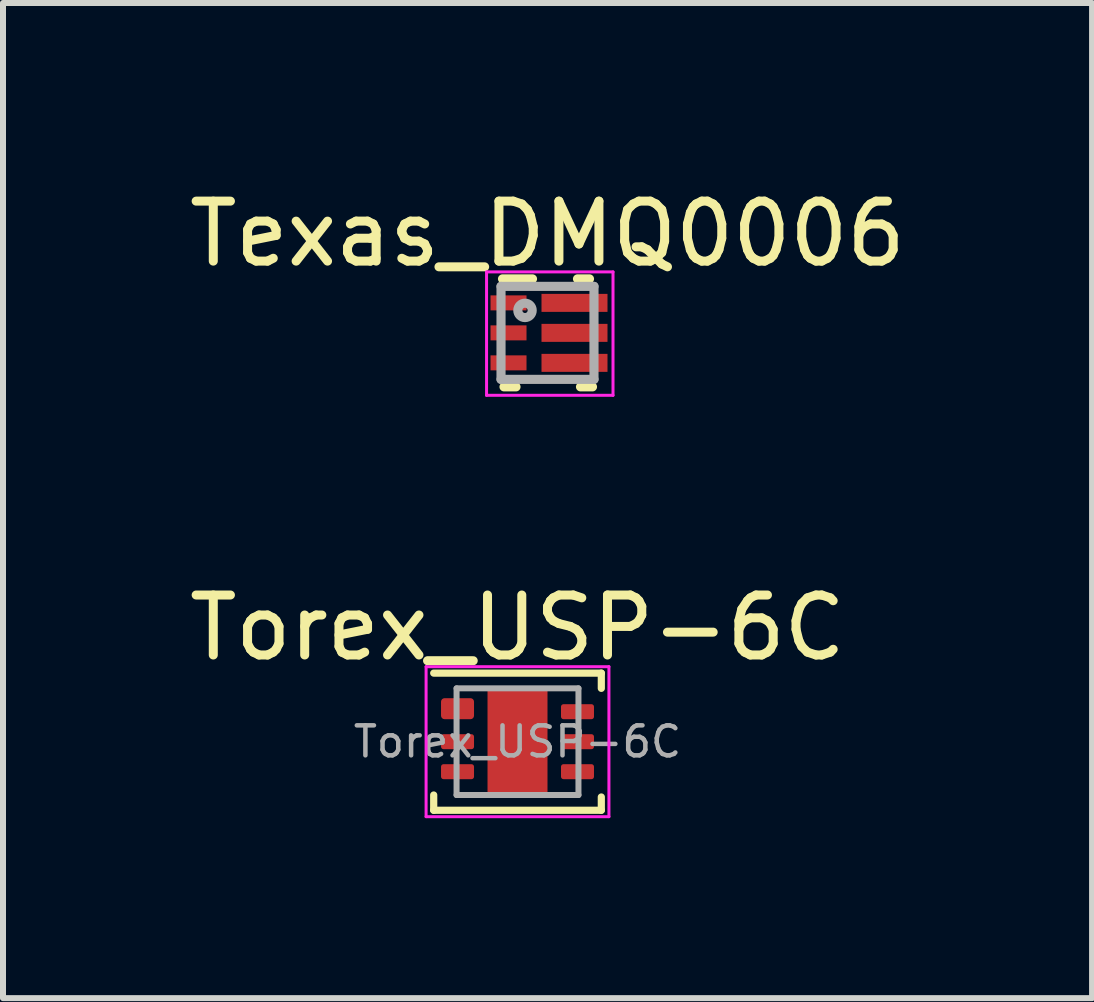
<source format=kicad_pcb>
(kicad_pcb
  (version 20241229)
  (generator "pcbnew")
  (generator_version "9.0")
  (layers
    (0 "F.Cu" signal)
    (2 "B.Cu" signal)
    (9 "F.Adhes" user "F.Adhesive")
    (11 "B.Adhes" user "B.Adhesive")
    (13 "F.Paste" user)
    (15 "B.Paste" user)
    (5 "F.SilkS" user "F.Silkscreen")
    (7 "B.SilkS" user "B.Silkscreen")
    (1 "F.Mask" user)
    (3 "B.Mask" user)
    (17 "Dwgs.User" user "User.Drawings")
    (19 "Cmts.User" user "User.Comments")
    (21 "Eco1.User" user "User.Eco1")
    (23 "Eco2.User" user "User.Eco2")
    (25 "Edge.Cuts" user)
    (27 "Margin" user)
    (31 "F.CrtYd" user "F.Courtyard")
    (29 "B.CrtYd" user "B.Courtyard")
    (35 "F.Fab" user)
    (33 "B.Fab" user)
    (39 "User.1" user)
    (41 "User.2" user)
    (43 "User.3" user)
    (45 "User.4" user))
  (footprint "Torex_USP-6C"
    (layer "F.Cu")
    (at 5.577 9.314)
    (property "Reference" "Torex_USP-6C" (at 0 -1.9 0) (layer "F.SilkS") (effects (font (size 1 1) (thickness 0.15))))
    (attr smd)
    (fp_line (start -1.397 -1.143) (end 1.397 -1.143) (stroke (width 0.12) (type solid)) (layer "F.SilkS"))
    (fp_line (start -1.397 0.889) (end -1.397 1.143) (stroke (width 0.12) (type solid)) (layer "F.SilkS"))
    (fp_line (start -1.397 1.143) (end 1.397 1.143) (stroke (width 0.12) (type solid)) (layer "F.SilkS"))
    (fp_line (start 1.397 -1.143) (end 1.397 -0.889) (stroke (width 0.12) (type solid)) (layer "F.SilkS"))
    (fp_line (start 1.397 0.922) (end 1.397 1.143) (stroke (width 0.12) (type solid)) (layer "F.SilkS"))
    (fp_line (start -1.524 -1.25) (end -1.524 1.25) (stroke (width 0.05) (type solid)) (layer "F.CrtYd"))
    (fp_line (start -1.524 -1.25) (end 1.524 -1.25) (stroke (width 0.05) (type solid)) (layer "F.CrtYd"))
    (fp_line (start -1.524 1.25) (end 1.524 1.25) (stroke (width 0.05) (type solid)) (layer "F.CrtYd"))
    (fp_line (start 1.524 -1.25) (end 1.524 1.25) (stroke (width 0.05) (type solid)) (layer "F.CrtYd"))
    (fp_line (start -1.016 -0.889) (end -1.016 0.889) (stroke (width 0.1) (type solid)) (layer "F.Fab"))
    (fp_line (start -1.016 -0.889) (end 1.016 -0.889) (stroke (width 0.1) (type solid)) (layer "F.Fab"))
    (fp_line (start -1.016 0.889) (end 1.016 0.889) (stroke (width 0.1) (type solid)) (layer "F.Fab"))
    (fp_line (start 1.016 -0.889) (end 1.016 0.889) (stroke (width 0.1) (type solid)) (layer "F.Fab"))
    (fp_text user "${REFERENCE}" (at 0 0 0) (layer "F.Fab") (effects (font (size 0.5 0.5) (thickness 0.075))))
    (pad "" smd roundrect (at 0 -0.508) (size 0.8 0.4) (layers "F.Paste") (roundrect_rratio 0.058))
    (pad "" smd roundrect (at 0 0.508) (size 0.8 0.4) (layers "F.Paste") (roundrect_rratio 0.058))
    (pad "1" smd roundrect (at -1 -0.55) (size 0.55 0.35) (layers "F.Cu" "F.Mask" "F.Paste") (roundrect_rratio 0.167))
    (pad "2" smd roundrect (at -1 0) (size 0.55 0.25) (layers "F.Cu" "F.Mask" "F.Paste") (roundrect_rratio 0.167))
    (pad "3" smd roundrect (at -1 0.5) (size 0.55 0.25) (layers "F.Cu" "F.Mask" "F.Paste") (roundrect_rratio 0.167))
    (pad "4" smd roundrect (at 1 0.5) (size 0.55 0.25) (layers "F.Cu" "F.Mask" "F.Paste") (roundrect_rratio 0.167))
    (pad "5" smd roundrect (at 1 0) (size 0.55 0.25) (layers "F.Cu" "F.Mask" "F.Paste") (roundrect_rratio 0.167))
    (pad "6" smd roundrect (at 1 -0.5) (size 0.55 0.25) (layers "F.Cu" "F.Mask" "F.Paste") (roundrect_rratio 0.167))
    (pad "8" smd roundrect (at 0 0) (size 1 1.8) (layers "F.Cu" "F.Mask") (roundrect_rratio 0.053)))
  (footprint "Texas_DMQ0006"
    (layer "F.Cu")
    (at 6.077 2.499)
    (property "Reference" "Texas_DMQ0006" (at 0 -1.651 0) (layer "F.SilkS") (effects (font (size 1 1) (thickness 0.15))))
    (attr through_hole)
    (fp_line (start -0.75 -0.9) (end -0.25 -0.9) (stroke (width 0.152) (type solid)) (layer "F.SilkS"))
    (fp_line (start -0.725 0.9) (end -0.525 0.9) (stroke (width 0.152) (type solid)) (layer "F.SilkS"))
    (fp_line (start 0.5 -0.9) (end 0.7 -0.9) (stroke (width 0.152) (type solid)) (layer "F.SilkS"))
    (fp_line (start 0.55 0.9) (end 0.75 0.9) (stroke (width 0.152) (type solid)) (layer "F.SilkS"))
    (fp_line (start 0.1 -0.55) (end 0.101 -0.56) (stroke (width 0.152) (type solid)) (layer "F.Paste"))
    (fp_line (start 0.1 -0.45) (end 0.1 -0.55) (stroke (width 0.152) (type solid)) (layer "F.Paste"))
    (fp_line (start 0.1 -0.05) (end 0.101 -0.06) (stroke (width 0.152) (type solid)) (layer "F.Paste"))
    (fp_line (start 0.1 0.05) (end 0.1 -0.05) (stroke (width 0.152) (type solid)) (layer "F.Paste"))
    (fp_line (start 0.1 0.45) (end 0.101 0.44) (stroke (width 0.152) (type solid)) (layer "F.Paste"))
    (fp_line (start 0.1 0.55) (end 0.1 0.45) (stroke (width 0.152) (type solid)) (layer "F.Paste"))
    (fp_line (start 0.101 -0.56) (end 0.104 -0.569) (stroke (width 0.152) (type solid)) (layer "F.Paste"))
    (fp_line (start 0.101 -0.44) (end 0.1 -0.45) (stroke (width 0.152) (type solid)) (layer "F.Paste"))
    (fp_line (start 0.101 -0.06) (end 0.104 -0.069) (stroke (width 0.152) (type solid)) (layer "F.Paste"))
    (fp_line (start 0.101 0.06) (end 0.1 0.05) (stroke (width 0.152) (type solid)) (layer "F.Paste"))
    (fp_line (start 0.101 0.44) (end 0.104 0.431) (stroke (width 0.152) (type solid)) (layer "F.Paste"))
    (fp_line (start 0.101 0.56) (end 0.1 0.55) (stroke (width 0.152) (type solid)) (layer "F.Paste"))
    (fp_line (start 0.104 -0.569) (end 0.108 -0.578) (stroke (width 0.152) (type solid)) (layer "F.Paste"))
    (fp_line (start 0.104 -0.431) (end 0.101 -0.44) (stroke (width 0.152) (type solid)) (layer "F.Paste"))
    (fp_line (start 0.104 -0.069) (end 0.108 -0.078) (stroke (width 0.152) (type solid)) (layer "F.Paste"))
    (fp_line (start 0.104 0.069) (end 0.101 0.06) (stroke (width 0.152) (type solid)) (layer "F.Paste"))
    (fp_line (start 0.104 0.431) (end 0.108 0.422) (stroke (width 0.152) (type solid)) (layer "F.Paste"))
    (fp_line (start 0.104 0.569) (end 0.101 0.56) (stroke (width 0.152) (type solid)) (layer "F.Paste"))
    (fp_line (start 0.108 -0.578) (end 0.115 -0.585) (stroke (width 0.152) (type solid)) (layer "F.Paste"))
    (fp_line (start 0.108 -0.422) (end 0.104 -0.431) (stroke (width 0.152) (type solid)) (layer "F.Paste"))
    (fp_line (start 0.108 -0.078) (end 0.115 -0.085) (stroke (width 0.152) (type solid)) (layer "F.Paste"))
    (fp_line (start 0.108 0.078) (end 0.104 0.069) (stroke (width 0.152) (type solid)) (layer "F.Paste"))
    (fp_line (start 0.108 0.422) (end 0.115 0.415) (stroke (width 0.152) (type solid)) (layer "F.Paste"))
    (fp_line (start 0.108 0.578) (end 0.104 0.569) (stroke (width 0.152) (type solid)) (layer "F.Paste"))
    (fp_line (start 0.115 -0.585) (end 0.122 -0.592) (stroke (width 0.152) (type solid)) (layer "F.Paste"))
    (fp_line (start 0.115 -0.415) (end 0.108 -0.422) (stroke (width 0.152) (type solid)) (layer "F.Paste"))
    (fp_line (start 0.115 -0.085) (end 0.122 -0.092) (stroke (width 0.152) (type solid)) (layer "F.Paste"))
    (fp_line (start 0.115 0.085) (end 0.108 0.078) (stroke (width 0.152) (type solid)) (layer "F.Paste"))
    (fp_line (start 0.115 0.415) (end 0.122 0.408) (stroke (width 0.152) (type solid)) (layer "F.Paste"))
    (fp_line (start 0.115 0.585) (end 0.108 0.578) (stroke (width 0.152) (type solid)) (layer "F.Paste"))
    (fp_line (start 0.122 -0.592) (end 0.131 -0.596) (stroke (width 0.152) (type solid)) (layer "F.Paste"))
    (fp_line (start 0.122 -0.408) (end 0.115 -0.415) (stroke (width 0.152) (type solid)) (layer "F.Paste"))
    (fp_line (start 0.122 -0.092) (end 0.131 -0.096) (stroke (width 0.152) (type solid)) (layer "F.Paste"))
    (fp_line (start 0.122 0.092) (end 0.115 0.085) (stroke (width 0.152) (type solid)) (layer "F.Paste"))
    (fp_line (start 0.122 0.408) (end 0.131 0.404) (stroke (width 0.152) (type solid)) (layer "F.Paste"))
    (fp_line (start 0.122 0.592) (end 0.115 0.585) (stroke (width 0.152) (type solid)) (layer "F.Paste"))
    (fp_line (start 0.131 -0.596) (end 0.14 -0.599) (stroke (width 0.152) (type solid)) (layer "F.Paste"))
    (fp_line (start 0.131 -0.404) (end 0.122 -0.408) (stroke (width 0.152) (type solid)) (layer "F.Paste"))
    (fp_line (start 0.131 -0.096) (end 0.14 -0.099) (stroke (width 0.152) (type solid)) (layer "F.Paste"))
    (fp_line (start 0.131 0.096) (end 0.122 0.092) (stroke (width 0.152) (type solid)) (layer "F.Paste"))
    (fp_line (start 0.131 0.404) (end 0.14 0.401) (stroke (width 0.152) (type solid)) (layer "F.Paste"))
    (fp_line (start 0.131 0.596) (end 0.122 0.592) (stroke (width 0.152) (type solid)) (layer "F.Paste"))
    (fp_line (start 0.14 -0.599) (end 0.15 -0.6) (stroke (width 0.152) (type solid)) (layer "F.Paste"))
    (fp_line (start 0.14 -0.401) (end 0.131 -0.404) (stroke (width 0.152) (type solid)) (layer "F.Paste"))
    (fp_line (start 0.14 -0.099) (end 0.15 -0.1) (stroke (width 0.152) (type solid)) (layer "F.Paste"))
    (fp_line (start 0.14 0.099) (end 0.131 0.096) (stroke (width 0.152) (type solid)) (layer "F.Paste"))
    (fp_line (start 0.14 0.401) (end 0.15 0.4) (stroke (width 0.152) (type solid)) (layer "F.Paste"))
    (fp_line (start 0.14 0.599) (end 0.131 0.596) (stroke (width 0.152) (type solid)) (layer "F.Paste"))
    (fp_line (start 0.15 -0.6) (end 0.9 -0.6) (stroke (width 0.152) (type solid)) (layer "F.Paste"))
    (fp_line (start 0.15 -0.4) (end 0.14 -0.401) (stroke (width 0.152) (type solid)) (layer "F.Paste"))
    (fp_line (start 0.15 -0.1) (end 0.9 -0.1) (stroke (width 0.152) (type solid)) (layer "F.Paste"))
    (fp_line (start 0.15 0.1) (end 0.14 0.099) (stroke (width 0.152) (type solid)) (layer "F.Paste"))
    (fp_line (start 0.15 0.4) (end 0.9 0.4) (stroke (width 0.152) (type solid)) (layer "F.Paste"))
    (fp_line (start 0.15 0.6) (end 0.14 0.599) (stroke (width 0.152) (type solid)) (layer "F.Paste"))
    (fp_line (start 0.9 -0.6) (end 0.91 -0.599) (stroke (width 0.152) (type solid)) (layer "F.Paste"))
    (fp_line (start 0.9 -0.4) (end 0.15 -0.4) (stroke (width 0.152) (type solid)) (layer "F.Paste"))
    (fp_line (start 0.9 -0.1) (end 0.91 -0.099) (stroke (width 0.152) (type solid)) (layer "F.Paste"))
    (fp_line (start 0.9 0.1) (end 0.15 0.1) (stroke (width 0.152) (type solid)) (layer "F.Paste"))
    (fp_line (start 0.9 0.4) (end 0.91 0.401) (stroke (width 0.152) (type solid)) (layer "F.Paste"))
    (fp_line (start 0.9 0.6) (end 0.15 0.6) (stroke (width 0.152) (type solid)) (layer "F.Paste"))
    (fp_line (start 0.91 -0.599) (end 0.919 -0.596) (stroke (width 0.152) (type solid)) (layer "F.Paste"))
    (fp_line (start 0.91 -0.401) (end 0.9 -0.4) (stroke (width 0.152) (type solid)) (layer "F.Paste"))
    (fp_line (start 0.91 -0.099) (end 0.919 -0.096) (stroke (width 0.152) (type solid)) (layer "F.Paste"))
    (fp_line (start 0.91 0.099) (end 0.9 0.1) (stroke (width 0.152) (type solid)) (layer "F.Paste"))
    (fp_line (start 0.91 0.401) (end 0.919 0.404) (stroke (width 0.152) (type solid)) (layer "F.Paste"))
    (fp_line (start 0.91 0.599) (end 0.9 0.6) (stroke (width 0.152) (type solid)) (layer "F.Paste"))
    (fp_line (start 0.919 -0.596) (end 0.928 -0.592) (stroke (width 0.152) (type solid)) (layer "F.Paste"))
    (fp_line (start 0.919 -0.404) (end 0.91 -0.401) (stroke (width 0.152) (type solid)) (layer "F.Paste"))
    (fp_line (start 0.919 -0.096) (end 0.928 -0.092) (stroke (width 0.152) (type solid)) (layer "F.Paste"))
    (fp_line (start 0.919 0.096) (end 0.91 0.099) (stroke (width 0.152) (type solid)) (layer "F.Paste"))
    (fp_line (start 0.919 0.404) (end 0.928 0.408) (stroke (width 0.152) (type solid)) (layer "F.Paste"))
    (fp_line (start 0.919 0.596) (end 0.91 0.599) (stroke (width 0.152) (type solid)) (layer "F.Paste"))
    (fp_line (start 0.928 -0.592) (end 0.935 -0.585) (stroke (width 0.152) (type solid)) (layer "F.Paste"))
    (fp_line (start 0.928 -0.408) (end 0.919 -0.404) (stroke (width 0.152) (type solid)) (layer "F.Paste"))
    (fp_line (start 0.928 -0.092) (end 0.935 -0.085) (stroke (width 0.152) (type solid)) (layer "F.Paste"))
    (fp_line (start 0.928 0.092) (end 0.919 0.096) (stroke (width 0.152) (type solid)) (layer "F.Paste"))
    (fp_line (start 0.928 0.408) (end 0.935 0.415) (stroke (width 0.152) (type solid)) (layer "F.Paste"))
    (fp_line (start 0.928 0.592) (end 0.919 0.596) (stroke (width 0.152) (type solid)) (layer "F.Paste"))
    (fp_line (start 0.935 -0.585) (end 0.942 -0.578) (stroke (width 0.152) (type solid)) (layer "F.Paste"))
    (fp_line (start 0.935 -0.415) (end 0.928 -0.408) (stroke (width 0.152) (type solid)) (layer "F.Paste"))
    (fp_line (start 0.935 -0.085) (end 0.942 -0.078) (stroke (width 0.152) (type solid)) (layer "F.Paste"))
    (fp_line (start 0.935 0.085) (end 0.928 0.092) (stroke (width 0.152) (type solid)) (layer "F.Paste"))
    (fp_line (start 0.935 0.415) (end 0.942 0.422) (stroke (width 0.152) (type solid)) (layer "F.Paste"))
    (fp_line (start 0.935 0.585) (end 0.928 0.592) (stroke (width 0.152) (type solid)) (layer "F.Paste"))
    (fp_line (start 0.942 -0.578) (end 0.946 -0.569) (stroke (width 0.152) (type solid)) (layer "F.Paste"))
    (fp_line (start 0.942 -0.422) (end 0.935 -0.415) (stroke (width 0.152) (type solid)) (layer "F.Paste"))
    (fp_line (start 0.942 -0.078) (end 0.946 -0.069) (stroke (width 0.152) (type solid)) (layer "F.Paste"))
    (fp_line (start 0.942 0.078) (end 0.935 0.085) (stroke (width 0.152) (type solid)) (layer "F.Paste"))
    (fp_line (start 0.942 0.422) (end 0.946 0.431) (stroke (width 0.152) (type solid)) (layer "F.Paste"))
    (fp_line (start 0.942 0.578) (end 0.935 0.585) (stroke (width 0.152) (type solid)) (layer "F.Paste"))
    (fp_line (start 0.946 -0.569) (end 0.949 -0.56) (stroke (width 0.152) (type solid)) (layer "F.Paste"))
    (fp_line (start 0.946 -0.431) (end 0.942 -0.422) (stroke (width 0.152) (type solid)) (layer "F.Paste"))
    (fp_line (start 0.946 -0.069) (end 0.949 -0.06) (stroke (width 0.152) (type solid)) (layer "F.Paste"))
    (fp_line (start 0.946 0.069) (end 0.942 0.078) (stroke (width 0.152) (type solid)) (layer "F.Paste"))
    (fp_line (start 0.946 0.431) (end 0.949 0.44) (stroke (width 0.152) (type solid)) (layer "F.Paste"))
    (fp_line (start 0.946 0.569) (end 0.942 0.578) (stroke (width 0.152) (type solid)) (layer "F.Paste"))
    (fp_line (start 0.949 -0.56) (end 0.95 -0.55) (stroke (width 0.152) (type solid)) (layer "F.Paste"))
    (fp_line (start 0.949 -0.44) (end 0.946 -0.431) (stroke (width 0.152) (type solid)) (layer "F.Paste"))
    (fp_line (start 0.949 -0.06) (end 0.95 -0.05) (stroke (width 0.152) (type solid)) (layer "F.Paste"))
    (fp_line (start 0.949 0.06) (end 0.946 0.069) (stroke (width 0.152) (type solid)) (layer "F.Paste"))
    (fp_line (start 0.949 0.44) (end 0.95 0.45) (stroke (width 0.152) (type solid)) (layer "F.Paste"))
    (fp_line (start 0.949 0.56) (end 0.946 0.569) (stroke (width 0.152) (type solid)) (layer "F.Paste"))
    (fp_line (start 0.95 -0.55) (end 0.95 -0.45) (stroke (width 0.152) (type solid)) (layer "F.Paste"))
    (fp_line (start 0.95 -0.45) (end 0.949 -0.44) (stroke (width 0.152) (type solid)) (layer "F.Paste"))
    (fp_line (start 0.95 -0.05) (end 0.95 0.05) (stroke (width 0.152) (type solid)) (layer "F.Paste"))
    (fp_line (start 0.95 0.05) (end 0.949 0.06) (stroke (width 0.152) (type solid)) (layer "F.Paste"))
    (fp_line (start 0.95 0.45) (end 0.95 0.55) (stroke (width 0.152) (type solid)) (layer "F.Paste"))
    (fp_line (start 0.95 0.55) (end 0.949 0.56) (stroke (width 0.152) (type solid)) (layer "F.Paste"))
    (fp_line (start -1.016 -1.016) (end 1.092 -1.016) (stroke (width 0.05) (type solid)) (layer "F.CrtYd"))
    (fp_line (start -1.016 1.041) (end -1.016 -1.016) (stroke (width 0.05) (type solid)) (layer "F.CrtYd"))
    (fp_line (start 1.092 -1.016) (end 1.092 1.041) (stroke (width 0.05) (type solid)) (layer "F.CrtYd"))
    (fp_line (start 1.092 1.041) (end -1.016 1.041) (stroke (width 0.05) (type solid)) (layer "F.CrtYd"))
    (fp_line (start -0.775 -0.775) (end 0.775 -0.775) (stroke (width 0.152) (type solid)) (layer "F.Fab"))
    (fp_line (start -0.775 0.775) (end -0.775 -0.775) (stroke (width 0.152) (type solid)) (layer "F.Fab"))
    (fp_line (start -0.775 0.775) (end 0.775 0.775) (stroke (width 0.152) (type solid)) (layer "F.Fab"))
    (fp_line (start 0.775 0.775) (end 0.775 -0.775) (stroke (width 0.152) (type solid)) (layer "F.Fab"))
    (fp_circle (center -0.375 -0.375) (end -0.255 -0.375) (stroke (width 0.152) (type solid)) (fill no) (layer "F.Fab"))
    (pad "1" smd rect (at -0.65 -0.5) (size 0.6 0.25) (layers "F.Cu" "F.Mask" "F.Paste"))
    (pad "2" smd rect (at -0.65 0) (size 0.6 0.25) (layers "F.Cu" "F.Mask" "F.Paste"))
    (pad "3" smd rect (at -0.65 0.5) (size 0.6 0.25) (layers "F.Cu" "F.Mask" "F.Paste"))
    (pad "4" smd rect (at 0.45 0.5) (size 1.1 0.3) (layers "F.Cu" "F.Mask" "F.Paste"))
    (pad "5" smd rect (at 0.45 0) (size 1.1 0.3) (layers "F.Cu" "F.Mask" "F.Paste"))
    (pad "6" smd rect (at 0.45 -0.5) (size 1.1 0.3) (layers "F.Cu" "F.Mask" "F.Paste")))
  (gr_rect
    (start -3 -3)
    (end 15.155 13.589)
    (stroke (width 0.1) (type default))
    (fill no)
    (layer "Edge.Cuts")))
</source>
